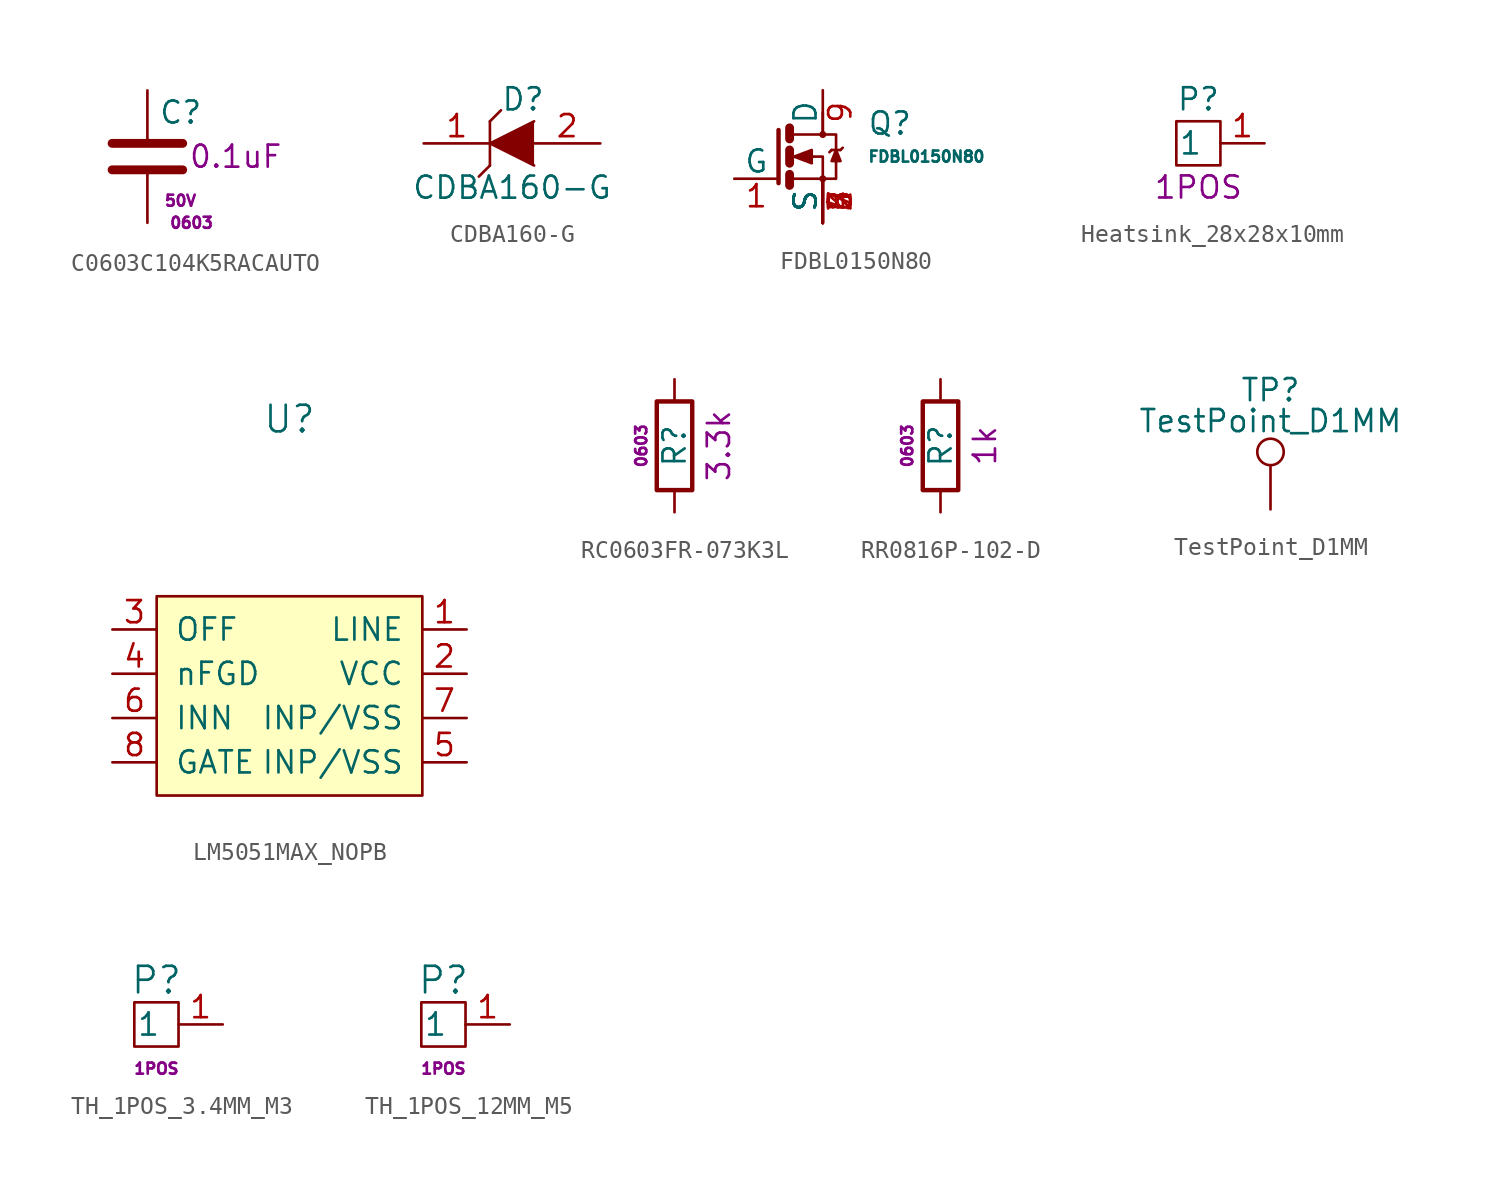
<source format=kicad_sym>
(kicad_symbol_lib
  (version 20231120)
  (generator "kicad_symbol_editor")
  (generator_version "8.0")
  (symbol "C0603C104K5RACAUTO"
    (pin_numbers hide)
    (pin_names
      (offset 0.254))
    (property "Reference" "C"
      (at 0.635 2.54 0)
      (effects (font (size 1.27 1.27)) (justify left)))
    (property "Datasheet" ""
      (at 0.635 2.54 0)
      (effects (font (size 1.27 1.27))))
    (property "P_Value" "0.1uF"
      (at 5.08 0 0)
      (effects (font (size 1.27 1.27))))
    (property "P_Rating_U" "50V"
      (at 1.905 -2.54 0)
      (effects (font (size 0.635 0.635))))
    (property "Package" "0603"
      (at 2.54 -3.81 0)
      (effects (font (size 0.635 0.635))))
    (symbol "C0603C104K5RACAUTO_0_1"
      (polyline (pts (xy -2.032 -0.762) (xy 2.032 -0.762)) (stroke (width 0.508) (type default)) (fill (type none)))
      (polyline (pts (xy -2.032 0.762) (xy 2.032 0.762)) (stroke (width 0.508) (type default)) (fill (type none))))
    (symbol "C0603C104K5RACAUTO_1_1"
      (pin passive line (at 0 3.81 270) (length 2.794) (name "~" (effects (font (size 1.27 1.27)))) (number "1" (effects (font (size 1.27 1.27)))))
      (pin passive line (at 0 -3.81 90) (length 2.794) (name "~" (effects (font (size 1.27 1.27)))) (number "2" (effects (font (size 1.27 1.27)))))))
  (symbol "CDBA160-G"
    (pin_names
      (offset 1.016) hide)
    (property "Reference" "D"
      (at 0.635 2.54 0)
      (effects (font (size 1.27 1.27))))
    (property "Value" "CDBA160-G"
      (at 0 -2.54 0)
      (effects (font (size 1.27 1.27))))
    (property "Datasheet" ""
      (at 0 2.54 0)
      (effects (font (size 1.27 1.27))))
    (symbol "CDBA160-G_0_1"
      (polyline (pts (xy -1.27 -1.27) (xy -1.905 -1.905)) (stroke (width 0) (type default)) (fill (type none)))
      (polyline (pts (xy -1.27 1.27) (xy -1.27 -1.27)) (stroke (width 0.152) (type default)) (fill (type none)))
      (polyline (pts (xy -1.27 1.27) (xy -0.635 1.905)) (stroke (width 0) (type default)) (fill (type none)))
      (polyline (pts (xy 1.27 1.27) (xy -1.27 0) (xy 1.27 -1.27)) (stroke (width 0) (type default)) (fill (type outline))))
    (symbol "CDBA160-G_1_1"
      (pin passive line (at -5.08 0 0) (length 3.81) (name "K" (effects (font (size 1.27 1.27)))) (number "1" (effects (font (size 1.27 1.27)))))
      (pin passive line (at 5.08 0 180) (length 3.81) (name "A" (effects (font (size 1.27 1.27)))) (number "2" (effects (font (size 1.27 1.27)))))))
  (symbol "FDBL0150N80"
    (pin_names
      (offset 0))
    (property "Reference" "Q"
      (at 5.08 1.905 0)
      (effects (font (size 1.27 1.27)) (justify left)))
    (property "Value" "FDBL0150N80"
      (at 5.08 0 0)
      (effects (font (size 0.635 0.635)) (justify left)))
    (symbol "FDBL0150N80_0_1"
      (polyline (pts (xy 0.635 -1.016) (xy 0.635 -1.651)) (stroke (width 0.508) (type default)) (fill (type none)))
      (polyline (pts (xy 0.635 0.381) (xy 0.635 -0.381)) (stroke (width 0.508) (type default)) (fill (type none)))
      (polyline (pts (xy 0.635 1.651) (xy 0.635 1.016)) (stroke (width 0.508) (type default)) (fill (type none)))
      (polyline (pts (xy 3.048 0.381) (xy 2.921 0.254)) (stroke (width 0) (type default)) (fill (type none)))
      (polyline (pts (xy 3.048 0.381) (xy 3.556 0.381)) (stroke (width 0) (type default)) (fill (type none)))
      (polyline (pts (xy 3.556 0.381) (xy 3.683 0.508)) (stroke (width 0) (type default)) (fill (type none)))
      (polyline (pts (xy 0 1.524) (xy 0 -1.524) (xy 0 -1.524)) (stroke (width 0.254) (type default)) (fill (type none)))
      (polyline (pts (xy 0.762 -1.27) (xy 2.54 -1.27) (xy 2.54 -2.54) (xy 2.54 -2.54)) (stroke (width 0) (type default)) (fill (type none)))
      (polyline (pts (xy 0.762 1.27) (xy 2.54 1.27) (xy 2.54 2.54) (xy 2.54 2.54)) (stroke (width 0) (type default)) (fill (type none)))
      (polyline (pts (xy 2.54 1.27) (xy 3.302 1.27) (xy 3.302 -1.27) (xy 2.54 -1.27)) (stroke (width 0) (type default)) (fill (type none)))
      (polyline (pts (xy 3.302 0.381) (xy 3.048 -0.254) (xy 3.556 -0.254) (xy 3.302 0.381)) (stroke (width 0) (type default)) (fill (type outline)))
      (polyline (pts (xy 0.762 0) (xy 1.27 0) (xy 2.54 0) (xy 2.54 -1.27) (xy 2.54 -1.27)) (stroke (width 0) (type default)) (fill (type none)))
      (polyline (pts (xy 0.889 0) (xy 1.905 0.381) (xy 1.905 -0.381) (xy 0.889 0) (xy 1.016 0) (xy 1.016 0)) (stroke (width 0) (type default)) (fill (type outline)))
      (circle (center 2.54 -1.27) (radius 0.127) (stroke (width 0) (type default)) (fill (type none)))
      (circle (center 2.54 1.27) (radius 0.127) (stroke (width 0) (type default)) (fill (type none))))
    (symbol "FDBL0150N80_1_1"
      (pin passive line (at -2.54 -1.27 0) (length 2.54) (name "G" (effects (font (size 1.27 1.27)))) (number "1" (effects (font (size 1.27 1.27)))))
      (pin passive line (at 2.54 -3.81 90) (length 2.54) (name "S" (effects (font (size 1.27 1.27)))) (number "2" (effects (font (size 1.27 1.27)))))
      (pin passive line (at 2.54 -3.81 90) (length 2.54) (name "S" (effects (font (size 1.27 1.27)))) (number "3" (effects (font (size 1.27 1.27)))))
      (pin passive line (at 2.54 -3.81 90) (length 2.54) (name "S" (effects (font (size 1.27 1.27)))) (number "4" (effects (font (size 1.27 1.27)))))
      (pin passive line (at 2.54 -3.81 90) (length 2.54) (name "S" (effects (font (size 1.27 1.27)))) (number "5" (effects (font (size 1.27 1.27)))))
      (pin passive line (at 2.54 -3.81 90) (length 2.54) (name "S" (effects (font (size 1.27 1.27)))) (number "6" (effects (font (size 1.27 1.27)))))
      (pin passive line (at 2.54 -3.81 90) (length 2.54) (name "S" (effects (font (size 1.27 1.27)))) (number "7" (effects (font (size 1.27 1.27)))))
      (pin passive line (at 2.54 -3.81 90) (length 2.54) (name "S" (effects (font (size 1.27 1.27)))) (number "8" (effects (font (size 1.27 1.27)))))
      (pin passive line (at 2.54 3.81 270) (length 2.54) (name "D" (effects (font (size 1.27 1.27)))) (number "9" (effects (font (size 1.27 1.27)))))))
  (symbol "Heatsink_28x28x10mm"
    (pin_names
      (offset 1.016))
    (property "Reference" "P"
      (at -1.27 3.81 0)
      (effects (font (size 1.27 1.27))))
    (property "P_Value" "1POS"
      (at -1.27 -1.27 0)
      (effects (font (size 1.27 1.27))))
    (symbol "Heatsink_28x28x10mm_0_1"
      (rectangle (start -2.54 2.54) (end 0 0) (stroke (width 0) (type default)) (fill (type none))))
    (symbol "Heatsink_28x28x10mm_1_1"
      (pin input line (at 2.54 1.27 180) (length 2.54) (name "1" (effects (font (size 1.27 1.27)))) (number "1" (effects (font (size 1.27 1.27)))))))
  (symbol "LM5051MAX_NOPB"
    (pin_names
      (offset 1.016))
    (property "Reference" "U"
      (at 0 15.875 0)
      (effects (font (size 1.524 1.524))))
    (symbol "LM5051MAX_NOPB_0_1"
      (rectangle (start -7.62 5.715) (end 7.62 -5.715) (stroke (width 0) (type default)) (fill (type background))))
    (symbol "LM5051MAX_NOPB_1_1"
      (pin power_in line (at 10.16 3.81 180) (length 2.54) (name "LINE" (effects (font (size 1.27 1.27)))) (number "1" (effects (font (size 1.27 1.27)))))
      (pin power_in line (at 10.16 1.27 180) (length 2.54) (name "VCC" (effects (font (size 1.27 1.27)))) (number "2" (effects (font (size 1.27 1.27)))))
      (pin input line (at -10.16 3.81 0) (length 2.54) (name "OFF" (effects (font (size 1.27 1.27)))) (number "3" (effects (font (size 1.27 1.27)))))
      (pin input line (at -10.16 1.27 0) (length 2.54) (name "nFGD" (effects (font (size 1.27 1.27)))) (number "4" (effects (font (size 1.27 1.27)))))
      (pin input line (at 10.16 -3.81 180) (length 2.54) (name "INP/VSS" (effects (font (size 1.27 1.27)))) (number "5" (effects (font (size 1.27 1.27)))))
      (pin input line (at -10.16 -1.27 0) (length 2.54) (name "INN" (effects (font (size 1.27 1.27)))) (number "6" (effects (font (size 1.27 1.27)))))
      (pin input line (at 10.16 -1.27 180) (length 2.54) (name "INP/VSS" (effects (font (size 1.27 1.27)))) (number "7" (effects (font (size 1.27 1.27)))))
      (pin input line (at -10.16 -3.81 0) (length 2.54) (name "GATE" (effects (font (size 1.27 1.27)))) (number "8" (effects (font (size 1.27 1.27)))))))
  (symbol "RC0603FR-073K3L"
    (pin_numbers hide)
    (pin_names
      (offset 0))
    (property "Reference" "R"
      (at 0 0 90)
      (effects (font (size 1.27 1.27))))
    (property "Datasheet" ""
      (at 2.032 0 90)
      (effects (font (size 1.27 1.27))))
    (property "P_Value" "3.3k"
      (at 2.54 0 90)
      (effects (font (size 1.27 1.27))))
    (property "Package" "0603"
      (at -1.905 0 90)
      (effects (font (size 0.635 0.635))))
    (symbol "RC0603FR-073K3L_0_1"
      (rectangle (start -1.016 -2.54) (end 1.016 2.54) (stroke (width 0.254) (type default)) (fill (type none))))
    (symbol "RC0603FR-073K3L_1_1"
      (pin passive line (at 0 3.81 270) (length 1.27) (name "~" (effects (font (size 1.27 1.27)))) (number "1" (effects (font (size 1.27 1.27)))))
      (pin passive line (at 0 -3.81 90) (length 1.27) (name "~" (effects (font (size 1.27 1.27)))) (number "2" (effects (font (size 1.27 1.27)))))))
  (symbol "RR0816P-102-D"
    (pin_numbers hide)
    (pin_names
      (offset 0))
    (property "Reference" "R"
      (at 0 0 90)
      (effects (font (size 1.27 1.27))))
    (property "Datasheet" ""
      (at 2.032 0 90)
      (effects (font (size 1.27 1.27))))
    (property "P_Value" "1k"
      (at 2.54 0 90)
      (effects (font (size 1.27 1.27))))
    (property "Package" "0603"
      (at -1.905 0 90)
      (effects (font (size 0.635 0.635))))
    (symbol "RR0816P-102-D_0_1"
      (rectangle (start -1.016 -2.54) (end 1.016 2.54) (stroke (width 0.254) (type default)) (fill (type none))))
    (symbol "RR0816P-102-D_1_1"
      (pin passive line (at 0 3.81 270) (length 1.27) (name "~" (effects (font (size 1.27 1.27)))) (number "1" (effects (font (size 1.27 1.27)))))
      (pin passive line (at 0 -3.81 90) (length 1.27) (name "~" (effects (font (size 1.27 1.27)))) (number "2" (effects (font (size 1.27 1.27)))))))
  (symbol "TestPoint_D1MM"
    (pin_numbers hide)
    (pin_names
      (offset 0.762) hide)
    (property "Reference" "TP"
      (at 0 6.858 0)
      (effects (font (size 1.27 1.27))))
    (property "Value" "TestPoint_D1MM"
      (at 0 5.08 0)
      (effects (font (size 1.27 1.27))))
    (symbol "TestPoint_D1MM_0_1"
      (circle (center 0 3.302) (radius 0.762) (stroke (width 0) (type default)) (fill (type none))))
    (symbol "TestPoint_D1MM_1_1"
      (pin passive line (at 0 0 90) (length 2.54) (name "1" (effects (font (size 1.27 1.27)))) (number "1" (effects (font (size 1.27 1.27)))))))
  (symbol "TH_1POS_3.4MM_M3"
    (pin_names
      (offset 1.016))
    (property "Reference" "P"
      (at 0 2.54 0)
      (effects (font (size 1.524 1.524))))
    (property "P_Value" "1POS"
      (at 0 -2.54 0)
      (effects (font (size 0.635 0.635))))
    (symbol "TH_1POS_3.4MM_M3_0_1"
      (rectangle (start -1.27 1.27) (end 1.27 -1.27) (stroke (width 0) (type default)) (fill (type none))))
    (symbol "TH_1POS_3.4MM_M3_1_1"
      (pin input line (at 3.81 0 180) (length 2.54) (name "1" (effects (font (size 1.27 1.27)))) (number "1" (effects (font (size 1.27 1.27)))))))
  (symbol "TH_1POS_12MM_M5"
    (pin_names
      (offset 1.016))
    (property "Reference" "P"
      (at 0 2.54 0)
      (effects (font (size 1.524 1.524))))
    (property "P_Value" "1POS"
      (at 0 -2.54 0)
      (effects (font (size 0.635 0.635))))
    (symbol "TH_1POS_12MM_M5_0_1"
      (rectangle (start -1.27 1.27) (end 1.27 -1.27) (stroke (width 0) (type default)) (fill (type none))))
    (symbol "TH_1POS_12MM_M5_1_1"
      (pin input line (at 3.81 0 180) (length 2.54) (name "1" (effects (font (size 1.27 1.27)))) (number "1" (effects (font (size 1.27 1.27))))))))
</source>
